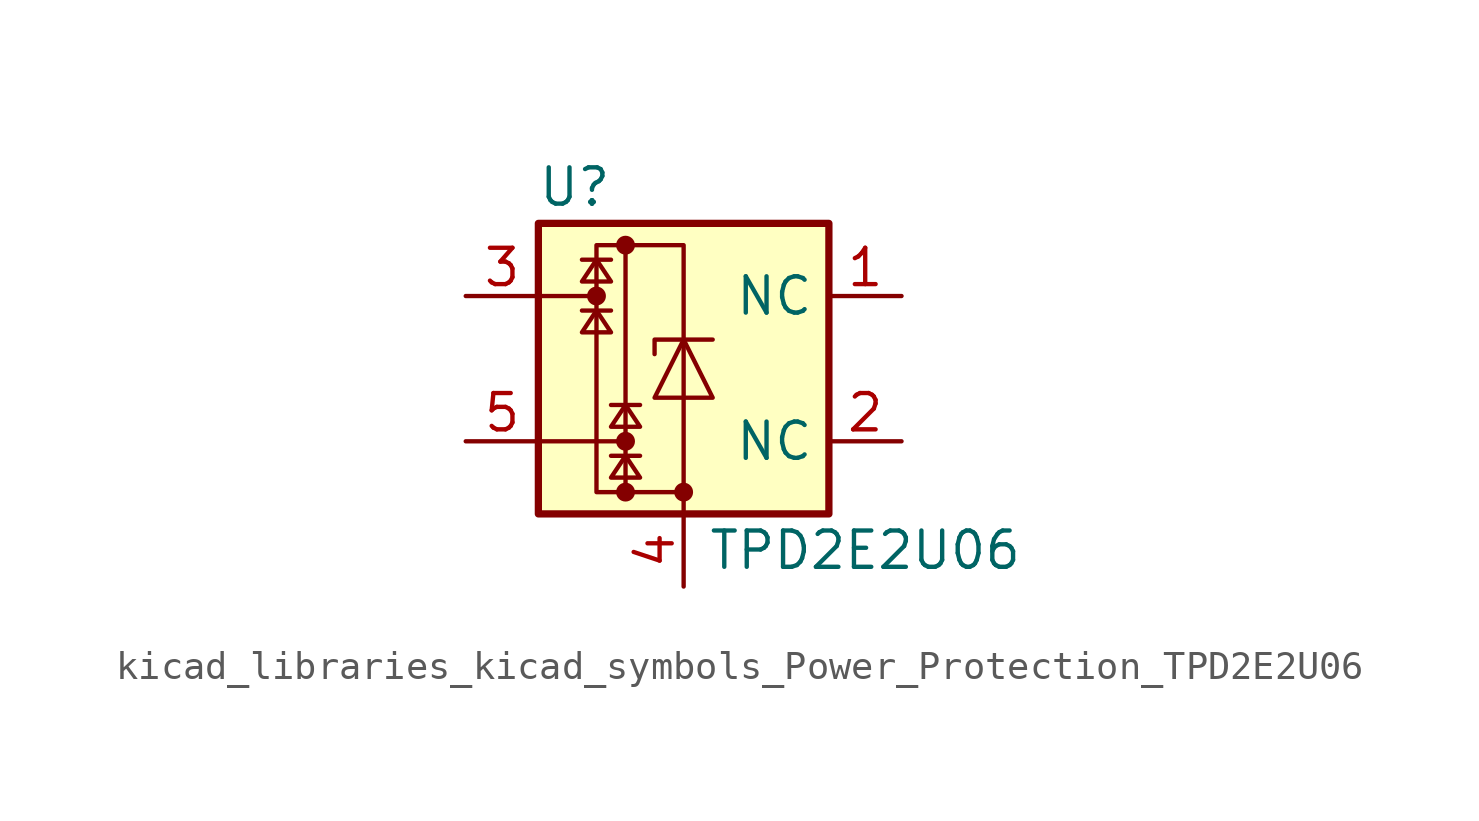
<source format=kicad_sym>
(kicad_symbol_lib
  (version 20220914)
  (generator kicad_symbol_editor)
  (symbol "kicad_libraries_kicad_symbols_Power_Protection_TPD2E2U06"
    (property "Reference" "U"
      (at -3.81 6.35 0)
      (effects (font (size 1.27 1.27))))
    (property "Value" "TPD2E2U06"
      (at 6.35 -6.35 0)
      (effects (font (size 1.27 1.27))))
    (symbol "kicad_libraries_kicad_symbols_Power_Protection_TPD2E2U06_0_1"
      (rectangle (start -5.08 5.08) (end 5.08 -5.08) (stroke (width 0.254) (type default)) (fill (type background)))
      (circle (center -3.048 2.54) (radius 0.254) (stroke (width 0) (type default)) (fill (type outline)))
      (rectangle (start -3.048 4.318) (end 0 -4.318) (stroke (width 0) (type default)) (fill (type none)))
      (circle (center -2.032 -4.318) (radius 0.254) (stroke (width 0) (type default)) (fill (type outline)))
      (circle (center -2.032 -2.54) (radius 0.254) (stroke (width 0) (type default)) (fill (type outline)))
      (circle (center -2.032 4.318) (radius 0.254) (stroke (width 0) (type default)) (fill (type outline)))
      (circle (center 0 -4.318) (radius 0.254) (stroke (width 0) (type default)) (fill (type outline)))
      (polyline (pts (xy -3.048 2.54) (xy -5.08 2.54)) (stroke (width 0) (type default)) (fill (type none)))
      (polyline (pts (xy -2.54 2.032) (xy -3.556 2.032)) (stroke (width 0) (type default)) (fill (type none)))
      (polyline (pts (xy -2.54 3.81) (xy -3.556 3.81)) (stroke (width 0) (type default)) (fill (type none)))
      (polyline (pts (xy -2.032 -4.318) (xy -2.032 4.318)) (stroke (width 0) (type default)) (fill (type none)))
      (polyline (pts (xy -2.032 -2.54) (xy -5.08 -2.54)) (stroke (width 0) (type default)) (fill (type none)))
      (polyline (pts (xy -1.524 -3.048) (xy -2.54 -3.048)) (stroke (width 0) (type default)) (fill (type none)))
      (polyline (pts (xy -1.524 -1.27) (xy -2.54 -1.27)) (stroke (width 0) (type default)) (fill (type none)))
      (polyline (pts (xy 0 -4.318) (xy 0 -5.08)) (stroke (width 0) (type default)) (fill (type none)))
      (polyline (pts (xy 1.016 1.016) (xy -1.016 1.016) (xy -1.016 0.508)) (stroke (width 0) (type default)) (fill (type none)))
      (polyline (pts (xy -3.048 2.032) (xy -3.556 1.27) (xy -2.54 1.27) (xy -3.048 2.032)) (stroke (width 0) (type default)) (fill (type none)))
      (polyline (pts (xy -3.048 3.81) (xy -3.556 3.048) (xy -2.54 3.048) (xy -3.048 3.81)) (stroke (width 0) (type default)) (fill (type none)))
      (polyline (pts (xy -2.032 -3.048) (xy -2.54 -3.81) (xy -1.524 -3.81) (xy -2.032 -3.048)) (stroke (width 0) (type default)) (fill (type none)))
      (polyline (pts (xy -2.032 -1.27) (xy -2.54 -2.032) (xy -1.524 -2.032) (xy -2.032 -1.27)) (stroke (width 0) (type default)) (fill (type none)))
      (polyline (pts (xy 0 1.016) (xy 1.016 -1.016) (xy -1.016 -1.016) (xy 0 1.016)) (stroke (width 0) (type default)) (fill (type none))))
    (symbol "kicad_libraries_kicad_symbols_Power_Protection_TPD2E2U06_1_1"
      (pin passive line (at 7.62 2.54 180) (length 2.54) (name "NC" (effects (font (size 1.27 1.27)))) (number "1" (effects (font (size 1.27 1.27)))))
      (pin passive line (at 7.62 -2.54 180) (length 2.54) (name "NC" (effects (font (size 1.27 1.27)))) (number "2" (effects (font (size 1.27 1.27)))))
      (pin passive line (at -7.62 2.54 0) (length 2.54) (name "~" (effects (font (size 1.27 1.27)))) (number "3" (effects (font (size 1.27 1.27)))))
      (pin passive line (at 0 -7.62 90) (length 2.54) (name "~" (effects (font (size 1.27 1.27)))) (number "4" (effects (font (size 1.27 1.27)))))
      (pin passive line (at -7.62 -2.54 0) (length 2.54) (name "~" (effects (font (size 1.27 1.27)))) (number "5" (effects (font (size 1.27 1.27))))))))
</source>
